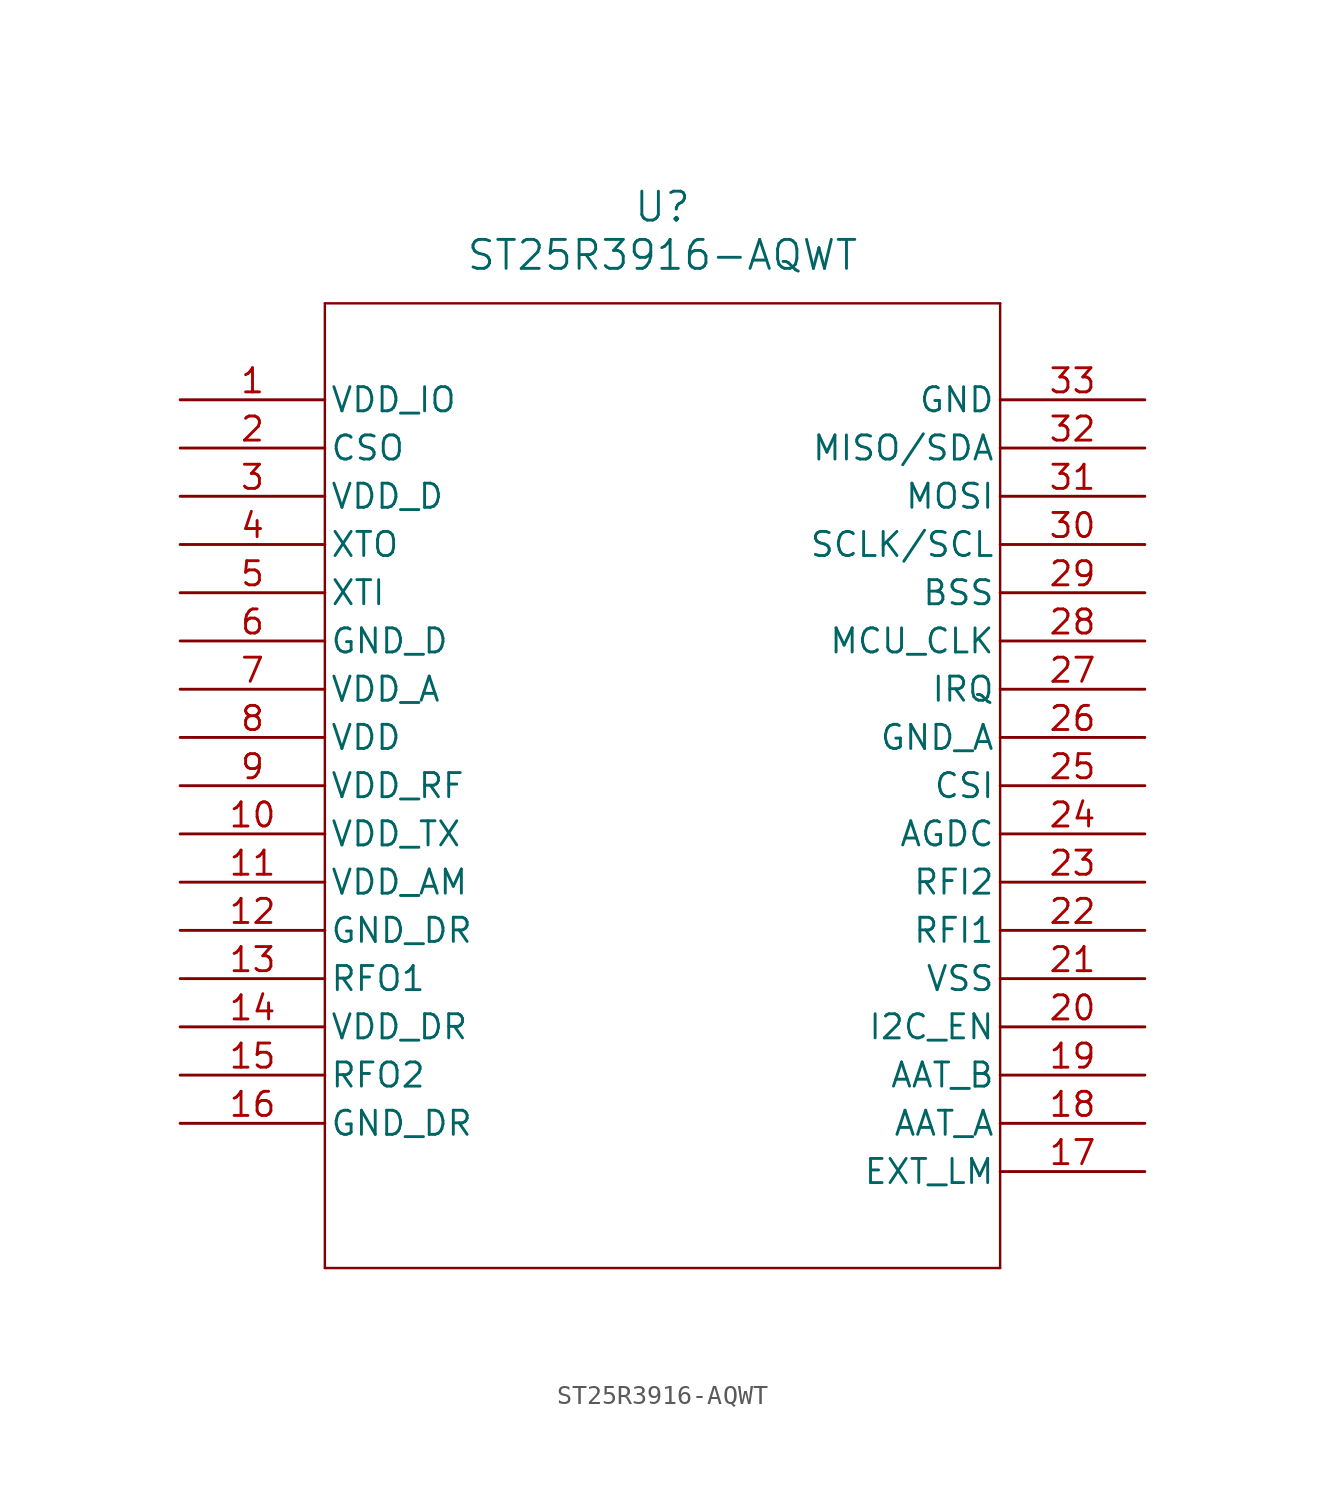
<source format=kicad_sym>
(kicad_symbol_lib
  (version 20211014)
  (generator kicad_symbol_editor)
  (symbol "ST25R3916-AQWT"
    (pin_names
      (offset 0.254))
    (property "Reference" "U"
      (at 25.4 10.16 0)
      (effects (font (size 1.524 1.524))))
    (property "Value" "ST25R3916-AQWT"
      (at 25.4 7.62 0)
      (effects (font (size 1.524 1.524))))
    (symbol "ST25R3916-AQWT_0_1"
      (polyline (pts (xy 7.62 5.08) (xy 7.62 -45.72)) (stroke (width 0.127) (type default) (color 0 0 0 0)) (fill (type none)))
      (polyline (pts (xy 7.62 -45.72) (xy 43.18 -45.72)) (stroke (width 0.127) (type default) (color 0 0 0 0)) (fill (type none)))
      (polyline (pts (xy 43.18 -45.72) (xy 43.18 5.08)) (stroke (width 0.127) (type default) (color 0 0 0 0)) (fill (type none)))
      (polyline (pts (xy 43.18 5.08) (xy 7.62 5.08)) (stroke (width 0.127) (type default) (color 0 0 0 0)) (fill (type none)))
      (pin power_in line (at 0 0 0) (length 7.62) (name "VDD_IO" (effects (font (size 1.27 1.27)))) (number "1" (effects (font (size 1.27 1.27)))))
      (pin unspecified line (at 0 -2.54 0) (length 7.62) (name "CSO" (effects (font (size 1.27 1.27)))) (number "2" (effects (font (size 1.27 1.27)))))
      (pin unspecified line (at 0 -5.08 0) (length 7.62) (name "VDD_D" (effects (font (size 1.27 1.27)))) (number "3" (effects (font (size 1.27 1.27)))))
      (pin unspecified line (at 0 -7.62 0) (length 7.62) (name "XTO" (effects (font (size 1.27 1.27)))) (number "4" (effects (font (size 1.27 1.27)))))
      (pin input line (at 0 -10.16 0) (length 7.62) (name "XTI" (effects (font (size 1.27 1.27)))) (number "5" (effects (font (size 1.27 1.27)))))
      (pin power_out line (at 0 -12.7 0) (length 7.62) (name "GND_D" (effects (font (size 1.27 1.27)))) (number "6" (effects (font (size 1.27 1.27)))))
      (pin unspecified line (at 0 -15.24 0) (length 7.62) (name "VDD_A" (effects (font (size 1.27 1.27)))) (number "7" (effects (font (size 1.27 1.27)))))
      (pin power_in line (at 0 -17.78 0) (length 7.62) (name "VDD" (effects (font (size 1.27 1.27)))) (number "8" (effects (font (size 1.27 1.27)))))
      (pin unspecified line (at 0 -20.32 0) (length 7.62) (name "VDD_RF" (effects (font (size 1.27 1.27)))) (number "9" (effects (font (size 1.27 1.27)))))
      (pin power_in line (at 0 -22.86 0) (length 7.62) (name "VDD_TX" (effects (font (size 1.27 1.27)))) (number "10" (effects (font (size 1.27 1.27)))))
      (pin unspecified line (at 0 -25.4 0) (length 7.62) (name "VDD_AM" (effects (font (size 1.27 1.27)))) (number "11" (effects (font (size 1.27 1.27)))))
      (pin power_out line (at 0 -27.94 0) (length 7.62) (name "GND_DR" (effects (font (size 1.27 1.27)))) (number "12" (effects (font (size 1.27 1.27)))))
      (pin unspecified line (at 0 -30.48 0) (length 7.62) (name "RFO1" (effects (font (size 1.27 1.27)))) (number "13" (effects (font (size 1.27 1.27)))))
      (pin power_in line (at 0 -33.02 0) (length 7.62) (name "VDD_DR" (effects (font (size 1.27 1.27)))) (number "14" (effects (font (size 1.27 1.27)))))
      (pin unspecified line (at 0 -35.56 0) (length 7.62) (name "RFO2" (effects (font (size 1.27 1.27)))) (number "15" (effects (font (size 1.27 1.27)))))
      (pin power_out line (at 0 -38.1 0) (length 7.62) (name "GND_DR" (effects (font (size 1.27 1.27)))) (number "16" (effects (font (size 1.27 1.27)))))
      (pin unspecified line (at 50.8 -40.64 180) (length 7.62) (name "EXT_LM" (effects (font (size 1.27 1.27)))) (number "17" (effects (font (size 1.27 1.27)))))
      (pin unspecified line (at 50.8 -38.1 180) (length 7.62) (name "AAT_A" (effects (font (size 1.27 1.27)))) (number "18" (effects (font (size 1.27 1.27)))))
      (pin unspecified line (at 50.8 -35.56 180) (length 7.62) (name "AAT_B" (effects (font (size 1.27 1.27)))) (number "19" (effects (font (size 1.27 1.27)))))
      (pin input line (at 50.8 -33.02 180) (length 7.62) (name "I2C_EN" (effects (font (size 1.27 1.27)))) (number "20" (effects (font (size 1.27 1.27)))))
      (pin power_out line (at 50.8 -30.48 180) (length 7.62) (name "VSS" (effects (font (size 1.27 1.27)))) (number "21" (effects (font (size 1.27 1.27)))))
      (pin unspecified line (at 50.8 -27.94 180) (length 7.62) (name "RFI1" (effects (font (size 1.27 1.27)))) (number "22" (effects (font (size 1.27 1.27)))))
      (pin unspecified line (at 50.8 -25.4 180) (length 7.62) (name "RFI2" (effects (font (size 1.27 1.27)))) (number "23" (effects (font (size 1.27 1.27)))))
      (pin unspecified line (at 50.8 -22.86 180) (length 7.62) (name "AGDC" (effects (font (size 1.27 1.27)))) (number "24" (effects (font (size 1.27 1.27)))))
      (pin unspecified line (at 50.8 -20.32 180) (length 7.62) (name "CSI" (effects (font (size 1.27 1.27)))) (number "25" (effects (font (size 1.27 1.27)))))
      (pin power_out line (at 50.8 -17.78 180) (length 7.62) (name "GND_A" (effects (font (size 1.27 1.27)))) (number "26" (effects (font (size 1.27 1.27)))))
      (pin output line (at 50.8 -15.24 180) (length 7.62) (name "IRQ" (effects (font (size 1.27 1.27)))) (number "27" (effects (font (size 1.27 1.27)))))
      (pin output line (at 50.8 -12.7 180) (length 7.62) (name "MCU_CLK" (effects (font (size 1.27 1.27)))) (number "28" (effects (font (size 1.27 1.27)))))
      (pin input line (at 50.8 -10.16 180) (length 7.62) (name "BSS" (effects (font (size 1.27 1.27)))) (number "29" (effects (font (size 1.27 1.27)))))
      (pin input line (at 50.8 -7.62 180) (length 7.62) (name "SCLK/SCL" (effects (font (size 1.27 1.27)))) (number "30" (effects (font (size 1.27 1.27)))))
      (pin input line (at 50.8 -5.08 180) (length 7.62) (name "MOSI" (effects (font (size 1.27 1.27)))) (number "31" (effects (font (size 1.27 1.27)))))
      (pin bidirectional line (at 50.8 -2.54 180) (length 7.62) (name "MISO/SDA" (effects (font (size 1.27 1.27)))) (number "32" (effects (font (size 1.27 1.27)))))
      (pin power_out line (at 50.8 0 180) (length 7.62) (name "GND" (effects (font (size 1.27 1.27)))) (number "33" (effects (font (size 1.27 1.27))))))))
</source>
